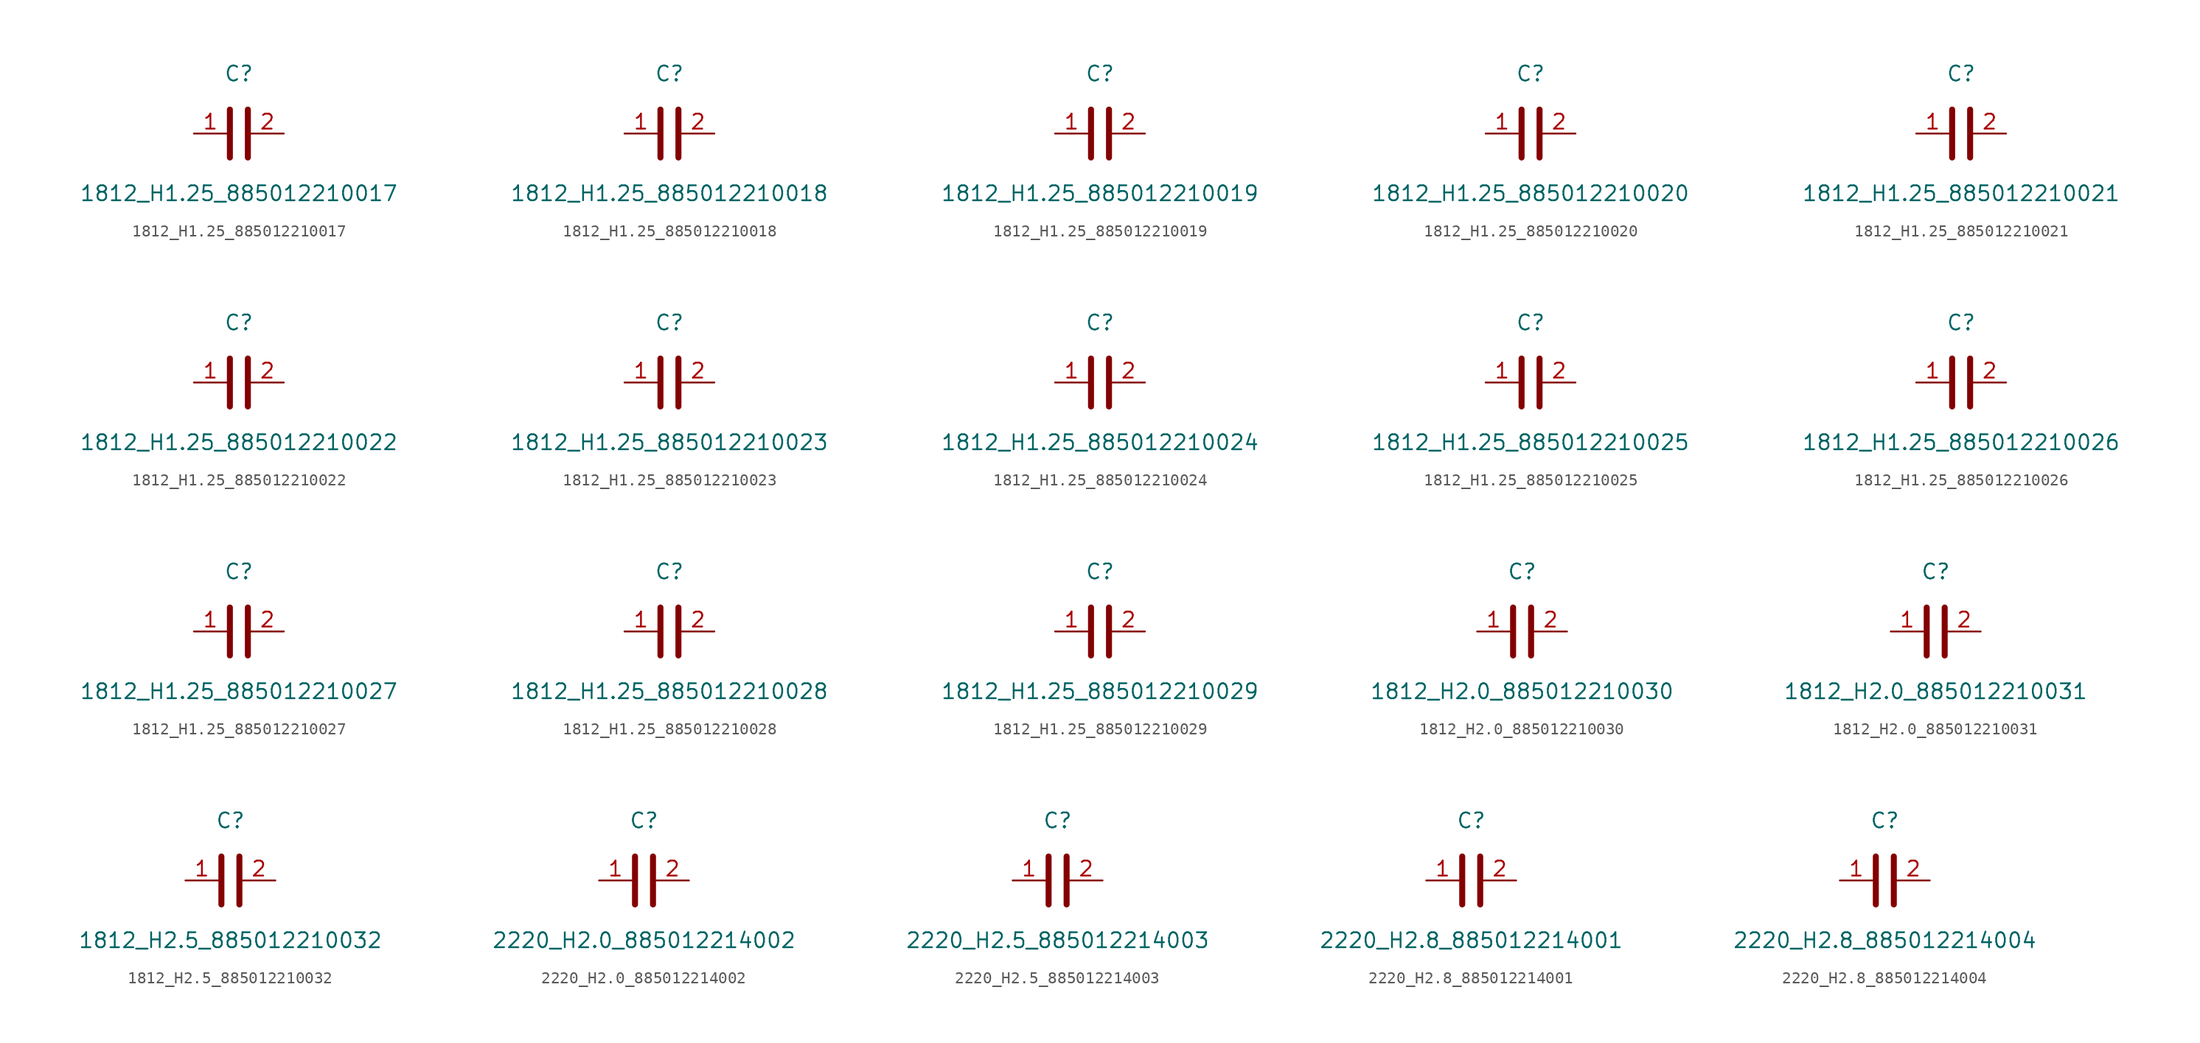
<source format=kicad_sym>
(kicad_symbol_lib
  (version 20220914)
  (generator kicad_symbol_editor)
  (symbol "1812_H1.25_885012210017"
    (pin_names hide)
    (property "Reference" "C"
      (at 0 5.08 0)
      (effects (font (size 1.27 1.27))))
    (property "Value" "1812_H1.25_885012210017"
      (at 0 -5.08 0)
      (effects (font (size 1.27 1.27))))
    (symbol "1812_H1.25_885012210017_0_1"
      (polyline (pts (xy -0.762 -2.032) (xy -0.762 2.032)) (stroke (width 0.508) (type default)) (fill (type none)))
      (polyline (pts (xy 0.762 -2.032) (xy 0.762 2.032)) (stroke (width 0.508) (type default)) (fill (type none))))
    (symbol "1812_H1.25_885012210017_1_1"
      (pin passive line (at -3.81 0 0) (length 2.794) (name "1" (effects (font (size 1.27 1.27)))) (number "1" (effects (font (size 1.27 1.27)))))
      (pin passive line (at 3.81 0 180) (length 2.794) (name "2" (effects (font (size 1.27 1.27)))) (number "2" (effects (font (size 1.27 1.27)))))))
  (symbol "1812_H1.25_885012210018"
    (pin_names hide)
    (property "Reference" "C"
      (at 0 5.08 0)
      (effects (font (size 1.27 1.27))))
    (property "Value" "1812_H1.25_885012210018"
      (at 0 -5.08 0)
      (effects (font (size 1.27 1.27))))
    (symbol "1812_H1.25_885012210018_0_1"
      (polyline (pts (xy -0.762 -2.032) (xy -0.762 2.032)) (stroke (width 0.508) (type default)) (fill (type none)))
      (polyline (pts (xy 0.762 -2.032) (xy 0.762 2.032)) (stroke (width 0.508) (type default)) (fill (type none))))
    (symbol "1812_H1.25_885012210018_1_1"
      (pin passive line (at -3.81 0 0) (length 2.794) (name "1" (effects (font (size 1.27 1.27)))) (number "1" (effects (font (size 1.27 1.27)))))
      (pin passive line (at 3.81 0 180) (length 2.794) (name "2" (effects (font (size 1.27 1.27)))) (number "2" (effects (font (size 1.27 1.27)))))))
  (symbol "1812_H1.25_885012210019"
    (pin_names hide)
    (property "Reference" "C"
      (at 0 5.08 0)
      (effects (font (size 1.27 1.27))))
    (property "Value" "1812_H1.25_885012210019"
      (at 0 -5.08 0)
      (effects (font (size 1.27 1.27))))
    (symbol "1812_H1.25_885012210019_0_1"
      (polyline (pts (xy -0.762 -2.032) (xy -0.762 2.032)) (stroke (width 0.508) (type default)) (fill (type none)))
      (polyline (pts (xy 0.762 -2.032) (xy 0.762 2.032)) (stroke (width 0.508) (type default)) (fill (type none))))
    (symbol "1812_H1.25_885012210019_1_1"
      (pin passive line (at -3.81 0 0) (length 2.794) (name "1" (effects (font (size 1.27 1.27)))) (number "1" (effects (font (size 1.27 1.27)))))
      (pin passive line (at 3.81 0 180) (length 2.794) (name "2" (effects (font (size 1.27 1.27)))) (number "2" (effects (font (size 1.27 1.27)))))))
  (symbol "1812_H1.25_885012210020"
    (pin_names hide)
    (property "Reference" "C"
      (at 0 5.08 0)
      (effects (font (size 1.27 1.27))))
    (property "Value" "1812_H1.25_885012210020"
      (at 0 -5.08 0)
      (effects (font (size 1.27 1.27))))
    (symbol "1812_H1.25_885012210020_0_1"
      (polyline (pts (xy -0.762 -2.032) (xy -0.762 2.032)) (stroke (width 0.508) (type default)) (fill (type none)))
      (polyline (pts (xy 0.762 -2.032) (xy 0.762 2.032)) (stroke (width 0.508) (type default)) (fill (type none))))
    (symbol "1812_H1.25_885012210020_1_1"
      (pin passive line (at -3.81 0 0) (length 2.794) (name "1" (effects (font (size 1.27 1.27)))) (number "1" (effects (font (size 1.27 1.27)))))
      (pin passive line (at 3.81 0 180) (length 2.794) (name "2" (effects (font (size 1.27 1.27)))) (number "2" (effects (font (size 1.27 1.27)))))))
  (symbol "1812_H1.25_885012210021"
    (pin_names hide)
    (property "Reference" "C"
      (at 0 5.08 0)
      (effects (font (size 1.27 1.27))))
    (property "Value" "1812_H1.25_885012210021"
      (at 0 -5.08 0)
      (effects (font (size 1.27 1.27))))
    (symbol "1812_H1.25_885012210021_0_1"
      (polyline (pts (xy -0.762 -2.032) (xy -0.762 2.032)) (stroke (width 0.508) (type default)) (fill (type none)))
      (polyline (pts (xy 0.762 -2.032) (xy 0.762 2.032)) (stroke (width 0.508) (type default)) (fill (type none))))
    (symbol "1812_H1.25_885012210021_1_1"
      (pin passive line (at -3.81 0 0) (length 2.794) (name "1" (effects (font (size 1.27 1.27)))) (number "1" (effects (font (size 1.27 1.27)))))
      (pin passive line (at 3.81 0 180) (length 2.794) (name "2" (effects (font (size 1.27 1.27)))) (number "2" (effects (font (size 1.27 1.27)))))))
  (symbol "1812_H1.25_885012210022"
    (pin_names hide)
    (property "Reference" "C"
      (at 0 5.08 0)
      (effects (font (size 1.27 1.27))))
    (property "Value" "1812_H1.25_885012210022"
      (at 0 -5.08 0)
      (effects (font (size 1.27 1.27))))
    (symbol "1812_H1.25_885012210022_0_1"
      (polyline (pts (xy -0.762 -2.032) (xy -0.762 2.032)) (stroke (width 0.508) (type default)) (fill (type none)))
      (polyline (pts (xy 0.762 -2.032) (xy 0.762 2.032)) (stroke (width 0.508) (type default)) (fill (type none))))
    (symbol "1812_H1.25_885012210022_1_1"
      (pin passive line (at -3.81 0 0) (length 2.794) (name "1" (effects (font (size 1.27 1.27)))) (number "1" (effects (font (size 1.27 1.27)))))
      (pin passive line (at 3.81 0 180) (length 2.794) (name "2" (effects (font (size 1.27 1.27)))) (number "2" (effects (font (size 1.27 1.27)))))))
  (symbol "1812_H1.25_885012210023"
    (pin_names hide)
    (property "Reference" "C"
      (at 0 5.08 0)
      (effects (font (size 1.27 1.27))))
    (property "Value" "1812_H1.25_885012210023"
      (at 0 -5.08 0)
      (effects (font (size 1.27 1.27))))
    (symbol "1812_H1.25_885012210023_0_1"
      (polyline (pts (xy -0.762 -2.032) (xy -0.762 2.032)) (stroke (width 0.508) (type default)) (fill (type none)))
      (polyline (pts (xy 0.762 -2.032) (xy 0.762 2.032)) (stroke (width 0.508) (type default)) (fill (type none))))
    (symbol "1812_H1.25_885012210023_1_1"
      (pin passive line (at -3.81 0 0) (length 2.794) (name "1" (effects (font (size 1.27 1.27)))) (number "1" (effects (font (size 1.27 1.27)))))
      (pin passive line (at 3.81 0 180) (length 2.794) (name "2" (effects (font (size 1.27 1.27)))) (number "2" (effects (font (size 1.27 1.27)))))))
  (symbol "1812_H1.25_885012210024"
    (pin_names hide)
    (property "Reference" "C"
      (at 0 5.08 0)
      (effects (font (size 1.27 1.27))))
    (property "Value" "1812_H1.25_885012210024"
      (at 0 -5.08 0)
      (effects (font (size 1.27 1.27))))
    (symbol "1812_H1.25_885012210024_0_1"
      (polyline (pts (xy -0.762 -2.032) (xy -0.762 2.032)) (stroke (width 0.508) (type default)) (fill (type none)))
      (polyline (pts (xy 0.762 -2.032) (xy 0.762 2.032)) (stroke (width 0.508) (type default)) (fill (type none))))
    (symbol "1812_H1.25_885012210024_1_1"
      (pin passive line (at -3.81 0 0) (length 2.794) (name "1" (effects (font (size 1.27 1.27)))) (number "1" (effects (font (size 1.27 1.27)))))
      (pin passive line (at 3.81 0 180) (length 2.794) (name "2" (effects (font (size 1.27 1.27)))) (number "2" (effects (font (size 1.27 1.27)))))))
  (symbol "1812_H1.25_885012210025"
    (pin_names hide)
    (property "Reference" "C"
      (at 0 5.08 0)
      (effects (font (size 1.27 1.27))))
    (property "Value" "1812_H1.25_885012210025"
      (at 0 -5.08 0)
      (effects (font (size 1.27 1.27))))
    (symbol "1812_H1.25_885012210025_0_1"
      (polyline (pts (xy -0.762 -2.032) (xy -0.762 2.032)) (stroke (width 0.508) (type default)) (fill (type none)))
      (polyline (pts (xy 0.762 -2.032) (xy 0.762 2.032)) (stroke (width 0.508) (type default)) (fill (type none))))
    (symbol "1812_H1.25_885012210025_1_1"
      (pin passive line (at -3.81 0 0) (length 2.794) (name "1" (effects (font (size 1.27 1.27)))) (number "1" (effects (font (size 1.27 1.27)))))
      (pin passive line (at 3.81 0 180) (length 2.794) (name "2" (effects (font (size 1.27 1.27)))) (number "2" (effects (font (size 1.27 1.27)))))))
  (symbol "1812_H1.25_885012210026"
    (pin_names hide)
    (property "Reference" "C"
      (at 0 5.08 0)
      (effects (font (size 1.27 1.27))))
    (property "Value" "1812_H1.25_885012210026"
      (at 0 -5.08 0)
      (effects (font (size 1.27 1.27))))
    (symbol "1812_H1.25_885012210026_0_1"
      (polyline (pts (xy -0.762 -2.032) (xy -0.762 2.032)) (stroke (width 0.508) (type default)) (fill (type none)))
      (polyline (pts (xy 0.762 -2.032) (xy 0.762 2.032)) (stroke (width 0.508) (type default)) (fill (type none))))
    (symbol "1812_H1.25_885012210026_1_1"
      (pin passive line (at -3.81 0 0) (length 2.794) (name "1" (effects (font (size 1.27 1.27)))) (number "1" (effects (font (size 1.27 1.27)))))
      (pin passive line (at 3.81 0 180) (length 2.794) (name "2" (effects (font (size 1.27 1.27)))) (number "2" (effects (font (size 1.27 1.27)))))))
  (symbol "1812_H1.25_885012210027"
    (pin_names hide)
    (property "Reference" "C"
      (at 0 5.08 0)
      (effects (font (size 1.27 1.27))))
    (property "Value" "1812_H1.25_885012210027"
      (at 0 -5.08 0)
      (effects (font (size 1.27 1.27))))
    (symbol "1812_H1.25_885012210027_0_1"
      (polyline (pts (xy -0.762 -2.032) (xy -0.762 2.032)) (stroke (width 0.508) (type default)) (fill (type none)))
      (polyline (pts (xy 0.762 -2.032) (xy 0.762 2.032)) (stroke (width 0.508) (type default)) (fill (type none))))
    (symbol "1812_H1.25_885012210027_1_1"
      (pin passive line (at -3.81 0 0) (length 2.794) (name "1" (effects (font (size 1.27 1.27)))) (number "1" (effects (font (size 1.27 1.27)))))
      (pin passive line (at 3.81 0 180) (length 2.794) (name "2" (effects (font (size 1.27 1.27)))) (number "2" (effects (font (size 1.27 1.27)))))))
  (symbol "1812_H1.25_885012210028"
    (pin_names hide)
    (property "Reference" "C"
      (at 0 5.08 0)
      (effects (font (size 1.27 1.27))))
    (property "Value" "1812_H1.25_885012210028"
      (at 0 -5.08 0)
      (effects (font (size 1.27 1.27))))
    (symbol "1812_H1.25_885012210028_0_1"
      (polyline (pts (xy -0.762 -2.032) (xy -0.762 2.032)) (stroke (width 0.508) (type default)) (fill (type none)))
      (polyline (pts (xy 0.762 -2.032) (xy 0.762 2.032)) (stroke (width 0.508) (type default)) (fill (type none))))
    (symbol "1812_H1.25_885012210028_1_1"
      (pin passive line (at -3.81 0 0) (length 2.794) (name "1" (effects (font (size 1.27 1.27)))) (number "1" (effects (font (size 1.27 1.27)))))
      (pin passive line (at 3.81 0 180) (length 2.794) (name "2" (effects (font (size 1.27 1.27)))) (number "2" (effects (font (size 1.27 1.27)))))))
  (symbol "1812_H1.25_885012210029"
    (pin_names hide)
    (property "Reference" "C"
      (at 0 5.08 0)
      (effects (font (size 1.27 1.27))))
    (property "Value" "1812_H1.25_885012210029"
      (at 0 -5.08 0)
      (effects (font (size 1.27 1.27))))
    (symbol "1812_H1.25_885012210029_0_1"
      (polyline (pts (xy -0.762 -2.032) (xy -0.762 2.032)) (stroke (width 0.508) (type default)) (fill (type none)))
      (polyline (pts (xy 0.762 -2.032) (xy 0.762 2.032)) (stroke (width 0.508) (type default)) (fill (type none))))
    (symbol "1812_H1.25_885012210029_1_1"
      (pin passive line (at -3.81 0 0) (length 2.794) (name "1" (effects (font (size 1.27 1.27)))) (number "1" (effects (font (size 1.27 1.27)))))
      (pin passive line (at 3.81 0 180) (length 2.794) (name "2" (effects (font (size 1.27 1.27)))) (number "2" (effects (font (size 1.27 1.27)))))))
  (symbol "1812_H2.0_885012210030"
    (pin_names hide)
    (property "Reference" "C"
      (at 0 5.08 0)
      (effects (font (size 1.27 1.27))))
    (property "Value" "1812_H2.0_885012210030"
      (at 0 -5.08 0)
      (effects (font (size 1.27 1.27))))
    (symbol "1812_H2.0_885012210030_0_1"
      (polyline (pts (xy -0.762 -2.032) (xy -0.762 2.032)) (stroke (width 0.508) (type default)) (fill (type none)))
      (polyline (pts (xy 0.762 -2.032) (xy 0.762 2.032)) (stroke (width 0.508) (type default)) (fill (type none))))
    (symbol "1812_H2.0_885012210030_1_1"
      (pin passive line (at -3.81 0 0) (length 2.794) (name "1" (effects (font (size 1.27 1.27)))) (number "1" (effects (font (size 1.27 1.27)))))
      (pin passive line (at 3.81 0 180) (length 2.794) (name "2" (effects (font (size 1.27 1.27)))) (number "2" (effects (font (size 1.27 1.27)))))))
  (symbol "1812_H2.0_885012210031"
    (pin_names hide)
    (property "Reference" "C"
      (at 0 5.08 0)
      (effects (font (size 1.27 1.27))))
    (property "Value" "1812_H2.0_885012210031"
      (at 0 -5.08 0)
      (effects (font (size 1.27 1.27))))
    (symbol "1812_H2.0_885012210031_0_1"
      (polyline (pts (xy -0.762 -2.032) (xy -0.762 2.032)) (stroke (width 0.508) (type default)) (fill (type none)))
      (polyline (pts (xy 0.762 -2.032) (xy 0.762 2.032)) (stroke (width 0.508) (type default)) (fill (type none))))
    (symbol "1812_H2.0_885012210031_1_1"
      (pin passive line (at -3.81 0 0) (length 2.794) (name "1" (effects (font (size 1.27 1.27)))) (number "1" (effects (font (size 1.27 1.27)))))
      (pin passive line (at 3.81 0 180) (length 2.794) (name "2" (effects (font (size 1.27 1.27)))) (number "2" (effects (font (size 1.27 1.27)))))))
  (symbol "1812_H2.5_885012210032"
    (pin_names hide)
    (property "Reference" "C"
      (at 0 5.08 0)
      (effects (font (size 1.27 1.27))))
    (property "Value" "1812_H2.5_885012210032"
      (at 0 -5.08 0)
      (effects (font (size 1.27 1.27))))
    (symbol "1812_H2.5_885012210032_0_1"
      (polyline (pts (xy -0.762 -2.032) (xy -0.762 2.032)) (stroke (width 0.508) (type default)) (fill (type none)))
      (polyline (pts (xy 0.762 -2.032) (xy 0.762 2.032)) (stroke (width 0.508) (type default)) (fill (type none))))
    (symbol "1812_H2.5_885012210032_1_1"
      (pin passive line (at -3.81 0 0) (length 2.794) (name "1" (effects (font (size 1.27 1.27)))) (number "1" (effects (font (size 1.27 1.27)))))
      (pin passive line (at 3.81 0 180) (length 2.794) (name "2" (effects (font (size 1.27 1.27)))) (number "2" (effects (font (size 1.27 1.27)))))))
  (symbol "2220_H2.0_885012214002"
    (pin_names hide)
    (property "Reference" "C"
      (at 0 5.08 0)
      (effects (font (size 1.27 1.27))))
    (property "Value" "2220_H2.0_885012214002"
      (at 0 -5.08 0)
      (effects (font (size 1.27 1.27))))
    (symbol "2220_H2.0_885012214002_0_1"
      (polyline (pts (xy -0.762 -2.032) (xy -0.762 2.032)) (stroke (width 0.508) (type default)) (fill (type none)))
      (polyline (pts (xy 0.762 -2.032) (xy 0.762 2.032)) (stroke (width 0.508) (type default)) (fill (type none))))
    (symbol "2220_H2.0_885012214002_1_1"
      (pin passive line (at -3.81 0 0) (length 2.794) (name "1" (effects (font (size 1.27 1.27)))) (number "1" (effects (font (size 1.27 1.27)))))
      (pin passive line (at 3.81 0 180) (length 2.794) (name "2" (effects (font (size 1.27 1.27)))) (number "2" (effects (font (size 1.27 1.27)))))))
  (symbol "2220_H2.5_885012214003"
    (pin_names hide)
    (property "Reference" "C"
      (at 0 5.08 0)
      (effects (font (size 1.27 1.27))))
    (property "Value" "2220_H2.5_885012214003"
      (at 0 -5.08 0)
      (effects (font (size 1.27 1.27))))
    (symbol "2220_H2.5_885012214003_0_1"
      (polyline (pts (xy -0.762 -2.032) (xy -0.762 2.032)) (stroke (width 0.508) (type default)) (fill (type none)))
      (polyline (pts (xy 0.762 -2.032) (xy 0.762 2.032)) (stroke (width 0.508) (type default)) (fill (type none))))
    (symbol "2220_H2.5_885012214003_1_1"
      (pin passive line (at -3.81 0 0) (length 2.794) (name "1" (effects (font (size 1.27 1.27)))) (number "1" (effects (font (size 1.27 1.27)))))
      (pin passive line (at 3.81 0 180) (length 2.794) (name "2" (effects (font (size 1.27 1.27)))) (number "2" (effects (font (size 1.27 1.27)))))))
  (symbol "2220_H2.8_885012214001"
    (pin_names hide)
    (property "Reference" "C"
      (at 0 5.08 0)
      (effects (font (size 1.27 1.27))))
    (property "Value" "2220_H2.8_885012214001"
      (at 0 -5.08 0)
      (effects (font (size 1.27 1.27))))
    (symbol "2220_H2.8_885012214001_0_1"
      (polyline (pts (xy -0.762 -2.032) (xy -0.762 2.032)) (stroke (width 0.508) (type default)) (fill (type none)))
      (polyline (pts (xy 0.762 -2.032) (xy 0.762 2.032)) (stroke (width 0.508) (type default)) (fill (type none))))
    (symbol "2220_H2.8_885012214001_1_1"
      (pin passive line (at -3.81 0 0) (length 2.794) (name "1" (effects (font (size 1.27 1.27)))) (number "1" (effects (font (size 1.27 1.27)))))
      (pin passive line (at 3.81 0 180) (length 2.794) (name "2" (effects (font (size 1.27 1.27)))) (number "2" (effects (font (size 1.27 1.27)))))))
  (symbol "2220_H2.8_885012214004"
    (pin_names hide)
    (property "Reference" "C"
      (at 0 5.08 0)
      (effects (font (size 1.27 1.27))))
    (property "Value" "2220_H2.8_885012214004"
      (at 0 -5.08 0)
      (effects (font (size 1.27 1.27))))
    (symbol "2220_H2.8_885012214004_0_1"
      (polyline (pts (xy -0.762 -2.032) (xy -0.762 2.032)) (stroke (width 0.508) (type default)) (fill (type none)))
      (polyline (pts (xy 0.762 -2.032) (xy 0.762 2.032)) (stroke (width 0.508) (type default)) (fill (type none))))
    (symbol "2220_H2.8_885012214004_1_1"
      (pin passive line (at -3.81 0 0) (length 2.794) (name "1" (effects (font (size 1.27 1.27)))) (number "1" (effects (font (size 1.27 1.27)))))
      (pin passive line (at 3.81 0 180) (length 2.794) (name "2" (effects (font (size 1.27 1.27)))) (number "2" (effects (font (size 1.27 1.27))))))))
</source>
